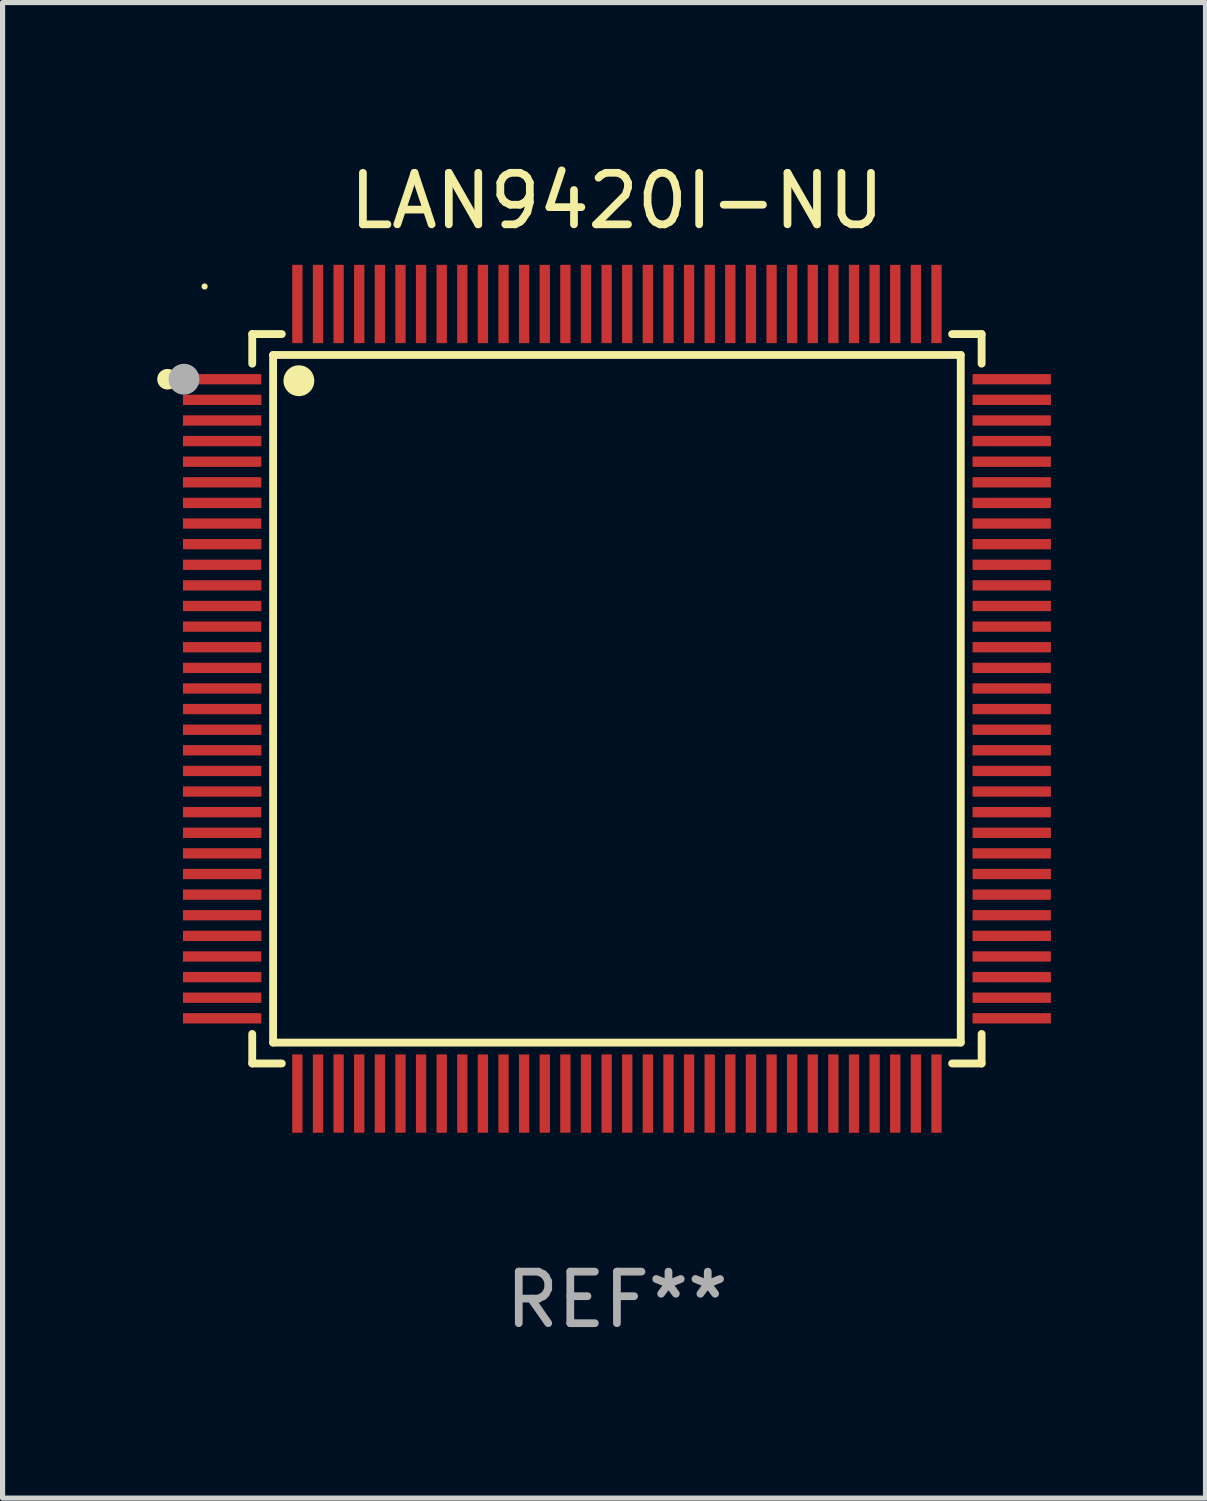
<source format=kicad_pcb>
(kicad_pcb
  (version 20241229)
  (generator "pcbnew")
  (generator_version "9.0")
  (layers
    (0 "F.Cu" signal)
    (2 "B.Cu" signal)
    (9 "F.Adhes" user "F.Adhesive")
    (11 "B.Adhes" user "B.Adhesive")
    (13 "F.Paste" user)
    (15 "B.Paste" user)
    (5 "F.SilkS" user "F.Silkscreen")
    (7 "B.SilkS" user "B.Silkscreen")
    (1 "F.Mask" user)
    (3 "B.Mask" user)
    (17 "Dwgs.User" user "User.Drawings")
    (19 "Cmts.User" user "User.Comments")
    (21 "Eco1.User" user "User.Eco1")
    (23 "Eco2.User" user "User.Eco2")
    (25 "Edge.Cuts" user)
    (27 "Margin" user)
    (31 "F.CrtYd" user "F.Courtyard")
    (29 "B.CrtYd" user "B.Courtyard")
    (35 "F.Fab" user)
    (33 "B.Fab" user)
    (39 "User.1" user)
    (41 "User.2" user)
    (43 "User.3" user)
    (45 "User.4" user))
  (footprint "LAN9420I-NU"
    (layer "F.Cu")
    (at 8.92 10.508)
    (property "Reference" "LAN9420I-NU" (at 0 -9.66 0) (layer "F.SilkS") (effects (font (size 1 1) (thickness 0.15))))
    (attr through_hole)
    (fp_line (start -7.076 -7.076) (end -7.076 -6.502) (stroke (width 0.152) (type solid)) (layer "F.SilkS"))
    (fp_line (start -7.076 7.076) (end -7.076 6.503) (stroke (width 0.152) (type solid)) (layer "F.SilkS"))
    (fp_line (start -6.671 -6.671) (end 6.671 -6.671) (stroke (width 0.152) (type solid)) (layer "F.SilkS"))
    (fp_line (start -6.671 6.671) (end -6.671 -6.671) (stroke (width 0.152) (type solid)) (layer "F.SilkS"))
    (fp_line (start -6.502 -7.076) (end -7.076 -7.076) (stroke (width 0.152) (type solid)) (layer "F.SilkS"))
    (fp_line (start -6.502 7.076) (end -7.076 7.076) (stroke (width 0.152) (type solid)) (layer "F.SilkS"))
    (fp_line (start 6.503 -7.076) (end 7.076 -7.076) (stroke (width 0.152) (type solid)) (layer "F.SilkS"))
    (fp_line (start 6.503 7.076) (end 7.076 7.076) (stroke (width 0.152) (type solid)) (layer "F.SilkS"))
    (fp_line (start 6.671 -6.671) (end 6.671 6.671) (stroke (width 0.152) (type solid)) (layer "F.SilkS"))
    (fp_line (start 6.671 6.671) (end -6.671 6.671) (stroke (width 0.152) (type solid)) (layer "F.SilkS"))
    (fp_line (start 7.076 -7.076) (end 7.076 -6.502) (stroke (width 0.152) (type solid)) (layer "F.SilkS"))
    (fp_line (start 7.076 7.076) (end 7.076 6.503) (stroke (width 0.152) (type solid)) (layer "F.SilkS"))
    (fp_circle (center -8.72 -6.2) (end -8.62 -6.2) (stroke (width 0.2) (type solid)) (fill no) (layer "F.SilkS"))
    (fp_circle (center -8 -8) (end -7.97 -8) (stroke (width 0.06) (type solid)) (fill no) (layer "F.SilkS"))
    (fp_circle (center -6.171 -6.171) (end -6.021 -6.171) (stroke (width 0.3) (type solid)) (fill no) (layer "F.SilkS"))
    (fp_circle (center -8.4 -6.2) (end -8.25 -6.2) (stroke (width 0.3) (type solid)) (fill no) (layer "F.Fab"))
    (fp_text user "REF**" (at 0 11.66 0) (layer "F.Fab") (effects (font (size 1 1) (thickness 0.15))))
    (pad "1" smd rect (at -7.66 -6.2 270) (size 0.2 1.52) (layers "F.Cu" "F.Mask" "F.Paste"))
    (pad "2" smd rect (at -7.66 -5.8 270) (size 0.2 1.52) (layers "F.Cu" "F.Mask" "F.Paste"))
    (pad "3" smd rect (at -7.66 -5.4 270) (size 0.2 1.52) (layers "F.Cu" "F.Mask" "F.Paste"))
    (pad "4" smd rect (at -7.66 -5 270) (size 0.2 1.52) (layers "F.Cu" "F.Mask" "F.Paste"))
    (pad "5" smd rect (at -7.66 -4.6 270) (size 0.2 1.52) (layers "F.Cu" "F.Mask" "F.Paste"))
    (pad "6" smd rect (at -7.66 -4.2 270) (size 0.2 1.52) (layers "F.Cu" "F.Mask" "F.Paste"))
    (pad "7" smd rect (at -7.66 -3.8 270) (size 0.2 1.52) (layers "F.Cu" "F.Mask" "F.Paste"))
    (pad "8" smd rect (at -7.66 -3.4 270) (size 0.2 1.52) (layers "F.Cu" "F.Mask" "F.Paste"))
    (pad "9" smd rect (at -7.66 -3 270) (size 0.2 1.52) (layers "F.Cu" "F.Mask" "F.Paste"))
    (pad "10" smd rect (at -7.66 -2.6 270) (size 0.2 1.52) (layers "F.Cu" "F.Mask" "F.Paste"))
    (pad "11" smd rect (at -7.66 -2.2 270) (size 0.2 1.52) (layers "F.Cu" "F.Mask" "F.Paste"))
    (pad "12" smd rect (at -7.66 -1.8 270) (size 0.2 1.52) (layers "F.Cu" "F.Mask" "F.Paste"))
    (pad "13" smd rect (at -7.66 -1.4 270) (size 0.2 1.52) (layers "F.Cu" "F.Mask" "F.Paste"))
    (pad "14" smd rect (at -7.66 -1 270) (size 0.2 1.52) (layers "F.Cu" "F.Mask" "F.Paste"))
    (pad "15" smd rect (at -7.66 -0.6 270) (size 0.2 1.52) (layers "F.Cu" "F.Mask" "F.Paste"))
    (pad "16" smd rect (at -7.66 -0.2 270) (size 0.2 1.52) (layers "F.Cu" "F.Mask" "F.Paste"))
    (pad "17" smd rect (at -7.66 0.2 270) (size 0.2 1.52) (layers "F.Cu" "F.Mask" "F.Paste"))
    (pad "18" smd rect (at -7.66 0.6 270) (size 0.2 1.52) (layers "F.Cu" "F.Mask" "F.Paste"))
    (pad "19" smd rect (at -7.66 1 270) (size 0.2 1.52) (layers "F.Cu" "F.Mask" "F.Paste"))
    (pad "20" smd rect (at -7.66 1.4 270) (size 0.2 1.52) (layers "F.Cu" "F.Mask" "F.Paste"))
    (pad "21" smd rect (at -7.66 1.8 270) (size 0.2 1.52) (layers "F.Cu" "F.Mask" "F.Paste"))
    (pad "22" smd rect (at -7.66 2.2 270) (size 0.2 1.52) (layers "F.Cu" "F.Mask" "F.Paste"))
    (pad "23" smd rect (at -7.66 2.6 270) (size 0.2 1.52) (layers "F.Cu" "F.Mask" "F.Paste"))
    (pad "24" smd rect (at -7.66 3 270) (size 0.2 1.52) (layers "F.Cu" "F.Mask" "F.Paste"))
    (pad "25" smd rect (at -7.66 3.4 270) (size 0.2 1.52) (layers "F.Cu" "F.Mask" "F.Paste"))
    (pad "26" smd rect (at -7.66 3.8 270) (size 0.2 1.52) (layers "F.Cu" "F.Mask" "F.Paste"))
    (pad "27" smd rect (at -7.66 4.2 270) (size 0.2 1.52) (layers "F.Cu" "F.Mask" "F.Paste"))
    (pad "28" smd rect (at -7.66 4.6 270) (size 0.2 1.52) (layers "F.Cu" "F.Mask" "F.Paste"))
    (pad "29" smd rect (at -7.66 5 270) (size 0.2 1.52) (layers "F.Cu" "F.Mask" "F.Paste"))
    (pad "30" smd rect (at -7.66 5.4 270) (size 0.2 1.52) (layers "F.Cu" "F.Mask" "F.Paste"))
    (pad "31" smd rect (at -7.66 5.8 270) (size 0.2 1.52) (layers "F.Cu" "F.Mask" "F.Paste"))
    (pad "32" smd rect (at -7.66 6.2 270) (size 0.2 1.52) (layers "F.Cu" "F.Mask" "F.Paste"))
    (pad "33" smd rect (at -6.2 7.66 270) (size 1.52 0.2) (layers "F.Cu" "F.Mask" "F.Paste"))
    (pad "34" smd rect (at -5.8 7.66 270) (size 1.52 0.2) (layers "F.Cu" "F.Mask" "F.Paste"))
    (pad "35" smd rect (at -5.4 7.66 270) (size 1.52 0.2) (layers "F.Cu" "F.Mask" "F.Paste"))
    (pad "36" smd rect (at -5 7.66 270) (size 1.52 0.2) (layers "F.Cu" "F.Mask" "F.Paste"))
    (pad "37" smd rect (at -4.6 7.66 270) (size 1.52 0.2) (layers "F.Cu" "F.Mask" "F.Paste"))
    (pad "38" smd rect (at -4.2 7.66 270) (size 1.52 0.2) (layers "F.Cu" "F.Mask" "F.Paste"))
    (pad "39" smd rect (at -3.8 7.66 270) (size 1.52 0.2) (layers "F.Cu" "F.Mask" "F.Paste"))
    (pad "40" smd rect (at -3.4 7.66 270) (size 1.52 0.2) (layers "F.Cu" "F.Mask" "F.Paste"))
    (pad "41" smd rect (at -3 7.66 270) (size 1.52 0.2) (layers "F.Cu" "F.Mask" "F.Paste"))
    (pad "42" smd rect (at -2.6 7.66 270) (size 1.52 0.2) (layers "F.Cu" "F.Mask" "F.Paste"))
    (pad "43" smd rect (at -2.2 7.66 270) (size 1.52 0.2) (layers "F.Cu" "F.Mask" "F.Paste"))
    (pad "44" smd rect (at -1.8 7.66 270) (size 1.52 0.2) (layers "F.Cu" "F.Mask" "F.Paste"))
    (pad "45" smd rect (at -1.4 7.66 270) (size 1.52 0.2) (layers "F.Cu" "F.Mask" "F.Paste"))
    (pad "46" smd rect (at -1 7.66 270) (size 1.52 0.2) (layers "F.Cu" "F.Mask" "F.Paste"))
    (pad "47" smd rect (at -0.6 7.66 270) (size 1.52 0.2) (layers "F.Cu" "F.Mask" "F.Paste"))
    (pad "48" smd rect (at -0.2 7.66 270) (size 1.52 0.2) (layers "F.Cu" "F.Mask" "F.Paste"))
    (pad "49" smd rect (at 0.2 7.66 270) (size 1.52 0.2) (layers "F.Cu" "F.Mask" "F.Paste"))
    (pad "50" smd rect (at 0.6 7.66 270) (size 1.52 0.2) (layers "F.Cu" "F.Mask" "F.Paste"))
    (pad "51" smd rect (at 1 7.66 270) (size 1.52 0.2) (layers "F.Cu" "F.Mask" "F.Paste"))
    (pad "52" smd rect (at 1.4 7.66 270) (size 1.52 0.2) (layers "F.Cu" "F.Mask" "F.Paste"))
    (pad "53" smd rect (at 1.8 7.66 270) (size 1.52 0.2) (layers "F.Cu" "F.Mask" "F.Paste"))
    (pad "54" smd rect (at 2.2 7.66 270) (size 1.52 0.2) (layers "F.Cu" "F.Mask" "F.Paste"))
    (pad "55" smd rect (at 2.6 7.66 270) (size 1.52 0.2) (layers "F.Cu" "F.Mask" "F.Paste"))
    (pad "56" smd rect (at 3 7.66 270) (size 1.52 0.2) (layers "F.Cu" "F.Mask" "F.Paste"))
    (pad "57" smd rect (at 3.4 7.66 270) (size 1.52 0.2) (layers "F.Cu" "F.Mask" "F.Paste"))
    (pad "58" smd rect (at 3.8 7.66 270) (size 1.52 0.2) (layers "F.Cu" "F.Mask" "F.Paste"))
    (pad "59" smd rect (at 4.2 7.66 270) (size 1.52 0.2) (layers "F.Cu" "F.Mask" "F.Paste"))
    (pad "60" smd rect (at 4.6 7.66 270) (size 1.52 0.2) (layers "F.Cu" "F.Mask" "F.Paste"))
    (pad "61" smd rect (at 5 7.66 270) (size 1.52 0.2) (layers "F.Cu" "F.Mask" "F.Paste"))
    (pad "62" smd rect (at 5.4 7.66 270) (size 1.52 0.2) (layers "F.Cu" "F.Mask" "F.Paste"))
    (pad "63" smd rect (at 5.8 7.66 270) (size 1.52 0.2) (layers "F.Cu" "F.Mask" "F.Paste"))
    (pad "64" smd rect (at 6.2 7.66 270) (size 1.52 0.2) (layers "F.Cu" "F.Mask" "F.Paste"))
    (pad "65" smd rect (at 7.66 6.2 270) (size 0.2 1.52) (layers "F.Cu" "F.Mask" "F.Paste"))
    (pad "66" smd rect (at 7.66 5.8 270) (size 0.2 1.52) (layers "F.Cu" "F.Mask" "F.Paste"))
    (pad "67" smd rect (at 7.66 5.4 270) (size 0.2 1.52) (layers "F.Cu" "F.Mask" "F.Paste"))
    (pad "68" smd rect (at 7.66 5 270) (size 0.2 1.52) (layers "F.Cu" "F.Mask" "F.Paste"))
    (pad "69" smd rect (at 7.66 4.6 270) (size 0.2 1.52) (layers "F.Cu" "F.Mask" "F.Paste"))
    (pad "70" smd rect (at 7.66 4.2 270) (size 0.2 1.52) (layers "F.Cu" "F.Mask" "F.Paste"))
    (pad "71" smd rect (at 7.66 3.8 270) (size 0.2 1.52) (layers "F.Cu" "F.Mask" "F.Paste"))
    (pad "72" smd rect (at 7.66 3.4 270) (size 0.2 1.52) (layers "F.Cu" "F.Mask" "F.Paste"))
    (pad "73" smd rect (at 7.66 3 270) (size 0.2 1.52) (layers "F.Cu" "F.Mask" "F.Paste"))
    (pad "74" smd rect (at 7.66 2.6 270) (size 0.2 1.52) (layers "F.Cu" "F.Mask" "F.Paste"))
    (pad "75" smd rect (at 7.66 2.2 270) (size 0.2 1.52) (layers "F.Cu" "F.Mask" "F.Paste"))
    (pad "76" smd rect (at 7.66 1.8 270) (size 0.2 1.52) (layers "F.Cu" "F.Mask" "F.Paste"))
    (pad "77" smd rect (at 7.66 1.4 270) (size 0.2 1.52) (layers "F.Cu" "F.Mask" "F.Paste"))
    (pad "78" smd rect (at 7.66 1 270) (size 0.2 1.52) (layers "F.Cu" "F.Mask" "F.Paste"))
    (pad "79" smd rect (at 7.66 0.6 270) (size 0.2 1.52) (layers "F.Cu" "F.Mask" "F.Paste"))
    (pad "80" smd rect (at 7.66 0.2 270) (size 0.2 1.52) (layers "F.Cu" "F.Mask" "F.Paste"))
    (pad "81" smd rect (at 7.66 -0.2 270) (size 0.2 1.52) (layers "F.Cu" "F.Mask" "F.Paste"))
    (pad "82" smd rect (at 7.66 -0.6 270) (size 0.2 1.52) (layers "F.Cu" "F.Mask" "F.Paste"))
    (pad "83" smd rect (at 7.66 -1 270) (size 0.2 1.52) (layers "F.Cu" "F.Mask" "F.Paste"))
    (pad "84" smd rect (at 7.66 -1.4 270) (size 0.2 1.52) (layers "F.Cu" "F.Mask" "F.Paste"))
    (pad "85" smd rect (at 7.66 -1.8 270) (size 0.2 1.52) (layers "F.Cu" "F.Mask" "F.Paste"))
    (pad "86" smd rect (at 7.66 -2.2 270) (size 0.2 1.52) (layers "F.Cu" "F.Mask" "F.Paste"))
    (pad "87" smd rect (at 7.66 -2.6 270) (size 0.2 1.52) (layers "F.Cu" "F.Mask" "F.Paste"))
    (pad "88" smd rect (at 7.66 -3 270) (size 0.2 1.52) (layers "F.Cu" "F.Mask" "F.Paste"))
    (pad "89" smd rect (at 7.66 -3.4 270) (size 0.2 1.52) (layers "F.Cu" "F.Mask" "F.Paste"))
    (pad "90" smd rect (at 7.66 -3.8 270) (size 0.2 1.52) (layers "F.Cu" "F.Mask" "F.Paste"))
    (pad "91" smd rect (at 7.66 -4.2 270) (size 0.2 1.52) (layers "F.Cu" "F.Mask" "F.Paste"))
    (pad "92" smd rect (at 7.66 -4.6 270) (size 0.2 1.52) (layers "F.Cu" "F.Mask" "F.Paste"))
    (pad "93" smd rect (at 7.66 -5 270) (size 0.2 1.52) (layers "F.Cu" "F.Mask" "F.Paste"))
    (pad "94" smd rect (at 7.66 -5.4 270) (size 0.2 1.52) (layers "F.Cu" "F.Mask" "F.Paste"))
    (pad "95" smd rect (at 7.66 -5.8 270) (size 0.2 1.52) (layers "F.Cu" "F.Mask" "F.Paste"))
    (pad "96" smd rect (at 7.66 -6.2 270) (size 0.2 1.52) (layers "F.Cu" "F.Mask" "F.Paste"))
    (pad "97" smd rect (at 6.2 -7.66 270) (size 1.52 0.2) (layers "F.Cu" "F.Mask" "F.Paste"))
    (pad "98" smd rect (at 5.8 -7.66 270) (size 1.52 0.2) (layers "F.Cu" "F.Mask" "F.Paste"))
    (pad "99" smd rect (at 5.4 -7.66 270) (size 1.52 0.2) (layers "F.Cu" "F.Mask" "F.Paste"))
    (pad "100" smd rect (at 5 -7.66 270) (size 1.52 0.2) (layers "F.Cu" "F.Mask" "F.Paste"))
    (pad "101" smd rect (at 4.6 -7.66 270) (size 1.52 0.2) (layers "F.Cu" "F.Mask" "F.Paste"))
    (pad "102" smd rect (at 4.2 -7.66 270) (size 1.52 0.2) (layers "F.Cu" "F.Mask" "F.Paste"))
    (pad "103" smd rect (at 3.8 -7.66 270) (size 1.52 0.2) (layers "F.Cu" "F.Mask" "F.Paste"))
    (pad "104" smd rect (at 3.4 -7.66 270) (size 1.52 0.2) (layers "F.Cu" "F.Mask" "F.Paste"))
    (pad "105" smd rect (at 3 -7.66 270) (size 1.52 0.2) (layers "F.Cu" "F.Mask" "F.Paste"))
    (pad "106" smd rect (at 2.6 -7.66 270) (size 1.52 0.2) (layers "F.Cu" "F.Mask" "F.Paste"))
    (pad "107" smd rect (at 2.2 -7.66 270) (size 1.52 0.2) (layers "F.Cu" "F.Mask" "F.Paste"))
    (pad "108" smd rect (at 1.8 -7.66 270) (size 1.52 0.2) (layers "F.Cu" "F.Mask" "F.Paste"))
    (pad "109" smd rect (at 1.4 -7.66 270) (size 1.52 0.2) (layers "F.Cu" "F.Mask" "F.Paste"))
    (pad "110" smd rect (at 1 -7.66 270) (size 1.52 0.2) (layers "F.Cu" "F.Mask" "F.Paste"))
    (pad "111" smd rect (at 0.6 -7.66 270) (size 1.52 0.2) (layers "F.Cu" "F.Mask" "F.Paste"))
    (pad "112" smd rect (at 0.2 -7.66 270) (size 1.52 0.2) (layers "F.Cu" "F.Mask" "F.Paste"))
    (pad "113" smd rect (at -0.2 -7.66 270) (size 1.52 0.2) (layers "F.Cu" "F.Mask" "F.Paste"))
    (pad "114" smd rect (at -0.6 -7.66 270) (size 1.52 0.2) (layers "F.Cu" "F.Mask" "F.Paste"))
    (pad "115" smd rect (at -1 -7.66 270) (size 1.52 0.2) (layers "F.Cu" "F.Mask" "F.Paste"))
    (pad "116" smd rect (at -1.4 -7.66 270) (size 1.52 0.2) (layers "F.Cu" "F.Mask" "F.Paste"))
    (pad "117" smd rect (at -1.8 -7.66 270) (size 1.52 0.2) (layers "F.Cu" "F.Mask" "F.Paste"))
    (pad "118" smd rect (at -2.2 -7.66 270) (size 1.52 0.2) (layers "F.Cu" "F.Mask" "F.Paste"))
    (pad "119" smd rect (at -2.6 -7.66 270) (size 1.52 0.2) (layers "F.Cu" "F.Mask" "F.Paste"))
    (pad "120" smd rect (at -3 -7.66 270) (size 1.52 0.2) (layers "F.Cu" "F.Mask" "F.Paste"))
    (pad "121" smd rect (at -3.4 -7.66 270) (size 1.52 0.2) (layers "F.Cu" "F.Mask" "F.Paste"))
    (pad "122" smd rect (at -3.8 -7.66 270) (size 1.52 0.2) (layers "F.Cu" "F.Mask" "F.Paste"))
    (pad "123" smd rect (at -4.2 -7.66 270) (size 1.52 0.2) (layers "F.Cu" "F.Mask" "F.Paste"))
    (pad "124" smd rect (at -4.6 -7.66 270) (size 1.52 0.2) (layers "F.Cu" "F.Mask" "F.Paste"))
    (pad "125" smd rect (at -5 -7.66 270) (size 1.52 0.2) (layers "F.Cu" "F.Mask" "F.Paste"))
    (pad "126" smd rect (at -5.4 -7.66 270) (size 1.52 0.2) (layers "F.Cu" "F.Mask" "F.Paste"))
    (pad "127" smd rect (at -5.8 -7.66 270) (size 1.52 0.2) (layers "F.Cu" "F.Mask" "F.Paste"))
    (pad "128" smd rect (at -6.2 -7.66 270) (size 1.52 0.2) (layers "F.Cu" "F.Mask" "F.Paste")))
  (gr_rect
    (start -3 -3)
    (end 20.34 26.017)
    (stroke (width 0.1) (type default))
    (fill no)
    (layer "Edge.Cuts")))
</source>
